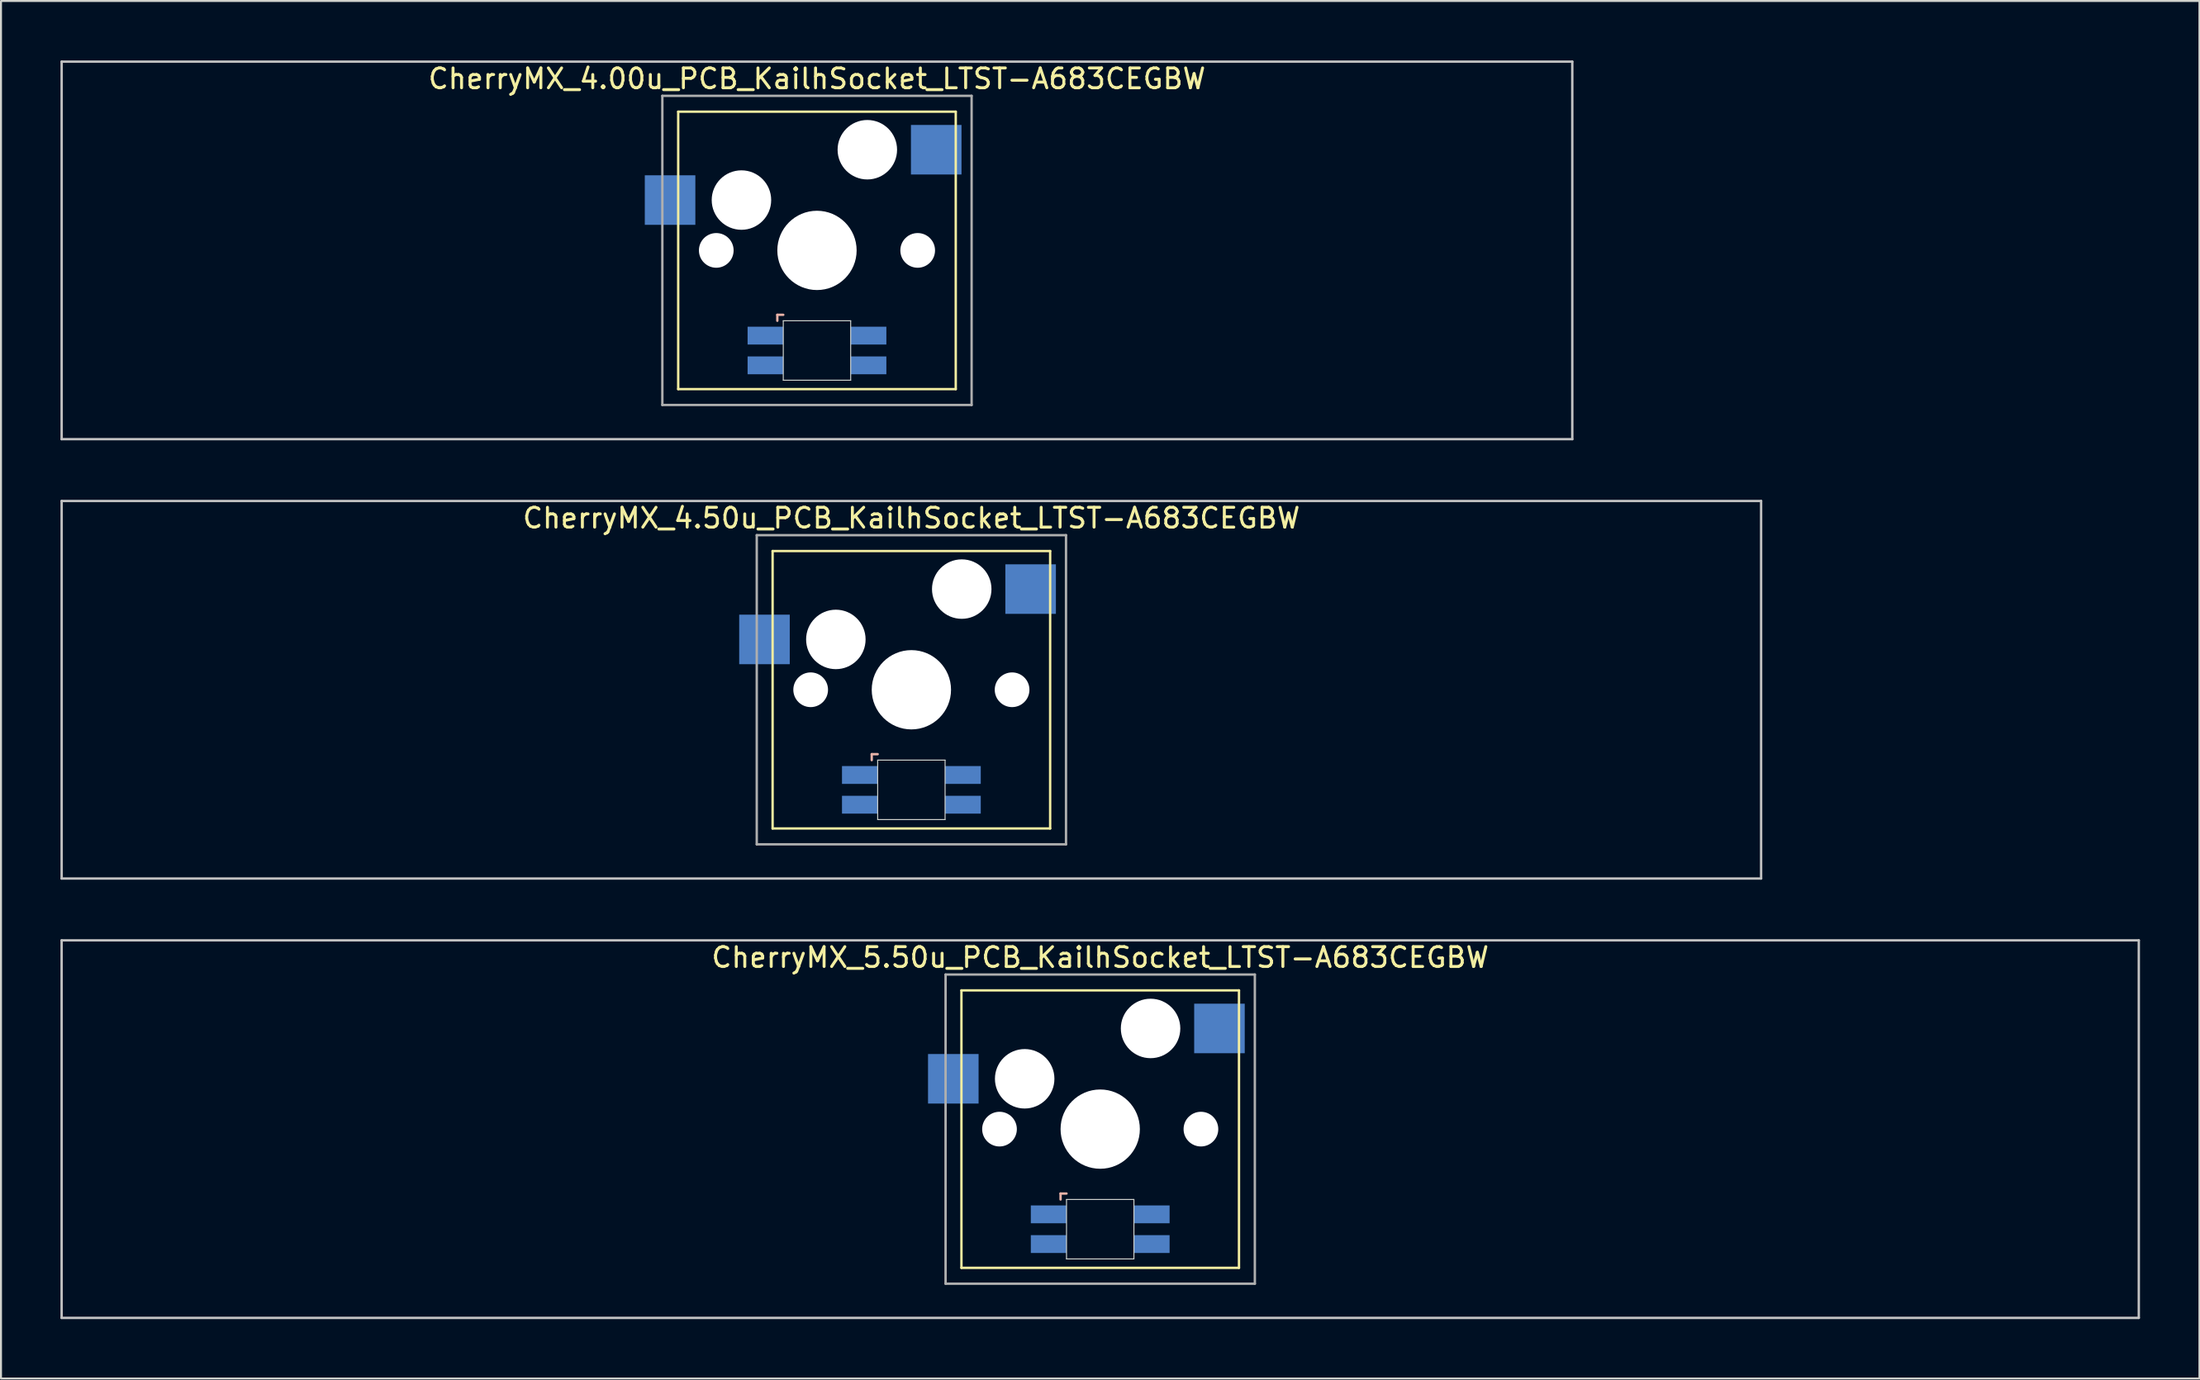
<source format=kicad_pcb>
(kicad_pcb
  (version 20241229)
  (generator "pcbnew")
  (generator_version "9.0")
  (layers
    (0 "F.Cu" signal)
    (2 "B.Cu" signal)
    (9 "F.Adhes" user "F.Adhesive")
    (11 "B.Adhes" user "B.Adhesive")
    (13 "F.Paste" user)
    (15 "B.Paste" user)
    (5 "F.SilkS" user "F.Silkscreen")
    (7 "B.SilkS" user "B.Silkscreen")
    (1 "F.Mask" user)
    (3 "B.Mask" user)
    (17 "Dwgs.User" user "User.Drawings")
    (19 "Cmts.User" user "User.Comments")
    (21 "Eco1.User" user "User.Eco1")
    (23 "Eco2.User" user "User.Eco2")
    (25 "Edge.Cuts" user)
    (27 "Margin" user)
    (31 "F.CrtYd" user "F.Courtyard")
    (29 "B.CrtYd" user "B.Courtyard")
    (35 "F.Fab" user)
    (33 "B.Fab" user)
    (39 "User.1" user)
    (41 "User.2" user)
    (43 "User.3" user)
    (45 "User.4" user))
  (footprint "CherryMX_4.00u_PCB_KailhSocket_LTST-A683CEGBW"
    (layer "F.Cu")
    (at 38.16 9.585)
    (property "Reference" "CherryMX_4.00u_PCB_KailhSocket_LTST-A683CEGBW" (at 0 -8.662 0) (layer "F.SilkS") (effects (font (size 1 1) (thickness 0.15))))
    (attr through_hole)
    (fp_line (start -7 -7) (end -7 7) (stroke (width 0.12) (type solid)) (layer "F.SilkS"))
    (fp_line (start -7 -7) (end 7 -7) (stroke (width 0.12) (type solid)) (layer "F.SilkS"))
    (fp_line (start 7 -7) (end 7 7) (stroke (width 0.12) (type solid)) (layer "F.SilkS"))
    (fp_line (start 7 7) (end -7 7) (stroke (width 0.12) (type solid)) (layer "F.SilkS"))
    (fp_line (start -2 3.25) (end -2 3.55) (stroke (width 0.12) (type solid)) (layer "B.SilkS"))
    (fp_line (start -1.7 3.25) (end -2 3.25) (stroke (width 0.12) (type solid)) (layer "B.SilkS"))
    (fp_line (start -38.1 -9.525) (end 38.1 -9.525) (stroke (width 0.12) (type solid)) (layer "Dwgs.User"))
    (fp_line (start -38.1 9.525) (end -38.1 -9.525) (stroke (width 0.12) (type solid)) (layer "Dwgs.User"))
    (fp_line (start 38.1 -9.525) (end 38.1 9.525) (stroke (width 0.12) (type solid)) (layer "Dwgs.User"))
    (fp_line (start 38.1 9.525) (end -38.1 9.525) (stroke (width 0.12) (type solid)) (layer "Dwgs.User"))
    (fp_line (start -1.7 3.55) (end 1.7 3.55) (stroke (width 0.05) (type solid)) (layer "Edge.Cuts"))
    (fp_line (start -1.7 6.55) (end -1.7 3.55) (stroke (width 0.05) (type solid)) (layer "Edge.Cuts"))
    (fp_line (start 1.7 3.55) (end 1.7 6.55) (stroke (width 0.05) (type solid)) (layer "Edge.Cuts"))
    (fp_line (start 1.7 6.55) (end -1.7 6.55) (stroke (width 0.05) (type solid)) (layer "Edge.Cuts"))
    (fp_line (start -7.8 -7.8) (end -7.8 7.8) (stroke (width 0.12) (type solid)) (layer "F.Fab"))
    (fp_line (start -7.8 -7.8) (end 7.8 -7.8) (stroke (width 0.12) (type solid)) (layer "F.Fab"))
    (fp_line (start -7.8 7.8) (end 7.8 7.8) (stroke (width 0.12) (type solid)) (layer "F.Fab"))
    (fp_line (start 7.8 -7.8) (end 7.8 7.8) (stroke (width 0.12) (type solid)) (layer "F.Fab"))
    (pad "" np_thru_hole circle (at -5.08 0) (size 1.75 1.75) (drill 1.75) (layers "*.Cu" "*.Mask"))
    (pad "" np_thru_hole circle (at -3.81 -2.54) (size 3 3) (drill 3) (layers "*.Cu" "*.Mask"))
    (pad "" np_thru_hole circle (at 0 0) (size 4 4) (drill 4) (layers "*.Cu" "*.Mask"))
    (pad "" np_thru_hole circle (at 2.54 -5.08) (size 3 3) (drill 3) (layers "*.Cu" "*.Mask"))
    (pad "" np_thru_hole circle (at 5.08 0) (size 1.75 1.75) (drill 1.75) (layers "*.Cu" "*.Mask"))
    (pad "1" smd rect (at -7.41 -2.54) (size 2.55 2.5) (layers "B.Cu" "B.Mask" "B.Paste"))
    (pad "2" smd rect (at 6.015 -5.08) (size 2.55 2.5) (layers "B.Cu" "B.Mask" "B.Paste"))
    (pad "3" smd rect (at -2.6 4.3) (size 1.8 0.9) (layers "B.Cu" "B.Mask" "B.Paste"))
    (pad "4" smd rect (at -2.6 5.8) (size 1.8 0.9) (layers "B.Cu" "B.Mask" "B.Paste"))
    (pad "5" smd rect (at 2.6 4.3) (size 1.8 0.9) (layers "B.Cu" "B.Mask" "B.Paste"))
    (pad "6" smd rect (at 2.6 5.8) (size 1.8 0.9) (layers "B.Cu" "B.Mask" "B.Paste")))
  (footprint "CherryMX_4.50u_PCB_KailhSocket_LTST-A683CEGBW"
    (layer "F.Cu")
    (at 42.922 31.755)
    (property "Reference" "CherryMX_4.50u_PCB_KailhSocket_LTST-A683CEGBW" (at 0 -8.662 0) (layer "F.SilkS") (effects (font (size 1 1) (thickness 0.15))))
    (attr through_hole)
    (fp_line (start -7 -7) (end -7 7) (stroke (width 0.12) (type solid)) (layer "F.SilkS"))
    (fp_line (start -7 -7) (end 7 -7) (stroke (width 0.12) (type solid)) (layer "F.SilkS"))
    (fp_line (start 7 -7) (end 7 7) (stroke (width 0.12) (type solid)) (layer "F.SilkS"))
    (fp_line (start 7 7) (end -7 7) (stroke (width 0.12) (type solid)) (layer "F.SilkS"))
    (fp_line (start -2 3.25) (end -2 3.55) (stroke (width 0.12) (type solid)) (layer "B.SilkS"))
    (fp_line (start -1.7 3.25) (end -2 3.25) (stroke (width 0.12) (type solid)) (layer "B.SilkS"))
    (fp_line (start -42.862 -9.525) (end 42.862 -9.525) (stroke (width 0.12) (type solid)) (layer "Dwgs.User"))
    (fp_line (start -42.862 9.525) (end -42.862 -9.525) (stroke (width 0.12) (type solid)) (layer "Dwgs.User"))
    (fp_line (start 42.862 -9.525) (end 42.862 9.525) (stroke (width 0.12) (type solid)) (layer "Dwgs.User"))
    (fp_line (start 42.862 9.525) (end -42.862 9.525) (stroke (width 0.12) (type solid)) (layer "Dwgs.User"))
    (fp_line (start -1.7 3.55) (end 1.7 3.55) (stroke (width 0.05) (type solid)) (layer "Edge.Cuts"))
    (fp_line (start -1.7 6.55) (end -1.7 3.55) (stroke (width 0.05) (type solid)) (layer "Edge.Cuts"))
    (fp_line (start 1.7 3.55) (end 1.7 6.55) (stroke (width 0.05) (type solid)) (layer "Edge.Cuts"))
    (fp_line (start 1.7 6.55) (end -1.7 6.55) (stroke (width 0.05) (type solid)) (layer "Edge.Cuts"))
    (fp_line (start -7.8 -7.8) (end -7.8 7.8) (stroke (width 0.12) (type solid)) (layer "F.Fab"))
    (fp_line (start -7.8 -7.8) (end 7.8 -7.8) (stroke (width 0.12) (type solid)) (layer "F.Fab"))
    (fp_line (start -7.8 7.8) (end 7.8 7.8) (stroke (width 0.12) (type solid)) (layer "F.Fab"))
    (fp_line (start 7.8 -7.8) (end 7.8 7.8) (stroke (width 0.12) (type solid)) (layer "F.Fab"))
    (pad "" np_thru_hole circle (at -5.08 0) (size 1.75 1.75) (drill 1.75) (layers "*.Cu" "*.Mask"))
    (pad "" np_thru_hole circle (at -3.81 -2.54) (size 3 3) (drill 3) (layers "*.Cu" "*.Mask"))
    (pad "" np_thru_hole circle (at 0 0) (size 4 4) (drill 4) (layers "*.Cu" "*.Mask"))
    (pad "" np_thru_hole circle (at 2.54 -5.08) (size 3 3) (drill 3) (layers "*.Cu" "*.Mask"))
    (pad "" np_thru_hole circle (at 5.08 0) (size 1.75 1.75) (drill 1.75) (layers "*.Cu" "*.Mask"))
    (pad "1" smd rect (at -7.41 -2.54) (size 2.55 2.5) (layers "B.Cu" "B.Mask" "B.Paste"))
    (pad "2" smd rect (at 6.015 -5.08) (size 2.55 2.5) (layers "B.Cu" "B.Mask" "B.Paste"))
    (pad "3" smd rect (at -2.6 4.3) (size 1.8 0.9) (layers "B.Cu" "B.Mask" "B.Paste"))
    (pad "4" smd rect (at -2.6 5.8) (size 1.8 0.9) (layers "B.Cu" "B.Mask" "B.Paste"))
    (pad "5" smd rect (at 2.6 4.3) (size 1.8 0.9) (layers "B.Cu" "B.Mask" "B.Paste"))
    (pad "6" smd rect (at 2.6 5.8) (size 1.8 0.9) (layers "B.Cu" "B.Mask" "B.Paste")))
  (footprint "CherryMX_5.50u_PCB_KailhSocket_LTST-A683CEGBW"
    (layer "F.Cu")
    (at 52.447 53.925)
    (property "Reference" "CherryMX_5.50u_PCB_KailhSocket_LTST-A683CEGBW" (at 0 -8.662 0) (layer "F.SilkS") (effects (font (size 1 1) (thickness 0.15))))
    (attr through_hole)
    (fp_line (start -7 -7) (end -7 7) (stroke (width 0.12) (type solid)) (layer "F.SilkS"))
    (fp_line (start -7 -7) (end 7 -7) (stroke (width 0.12) (type solid)) (layer "F.SilkS"))
    (fp_line (start 7 -7) (end 7 7) (stroke (width 0.12) (type solid)) (layer "F.SilkS"))
    (fp_line (start 7 7) (end -7 7) (stroke (width 0.12) (type solid)) (layer "F.SilkS"))
    (fp_line (start -2 3.25) (end -2 3.55) (stroke (width 0.12) (type solid)) (layer "B.SilkS"))
    (fp_line (start -1.7 3.25) (end -2 3.25) (stroke (width 0.12) (type solid)) (layer "B.SilkS"))
    (fp_line (start -52.388 -9.525) (end 52.388 -9.525) (stroke (width 0.12) (type solid)) (layer "Dwgs.User"))
    (fp_line (start -52.388 9.525) (end -52.388 -9.525) (stroke (width 0.12) (type solid)) (layer "Dwgs.User"))
    (fp_line (start 52.388 -9.525) (end 52.388 9.525) (stroke (width 0.12) (type solid)) (layer "Dwgs.User"))
    (fp_line (start 52.388 9.525) (end -52.388 9.525) (stroke (width 0.12) (type solid)) (layer "Dwgs.User"))
    (fp_line (start -1.7 3.55) (end 1.7 3.55) (stroke (width 0.05) (type solid)) (layer "Edge.Cuts"))
    (fp_line (start -1.7 6.55) (end -1.7 3.55) (stroke (width 0.05) (type solid)) (layer "Edge.Cuts"))
    (fp_line (start 1.7 3.55) (end 1.7 6.55) (stroke (width 0.05) (type solid)) (layer "Edge.Cuts"))
    (fp_line (start 1.7 6.55) (end -1.7 6.55) (stroke (width 0.05) (type solid)) (layer "Edge.Cuts"))
    (fp_line (start -7.8 -7.8) (end -7.8 7.8) (stroke (width 0.12) (type solid)) (layer "F.Fab"))
    (fp_line (start -7.8 -7.8) (end 7.8 -7.8) (stroke (width 0.12) (type solid)) (layer "F.Fab"))
    (fp_line (start -7.8 7.8) (end 7.8 7.8) (stroke (width 0.12) (type solid)) (layer "F.Fab"))
    (fp_line (start 7.8 -7.8) (end 7.8 7.8) (stroke (width 0.12) (type solid)) (layer "F.Fab"))
    (pad "" np_thru_hole circle (at -5.08 0) (size 1.75 1.75) (drill 1.75) (layers "*.Cu" "*.Mask"))
    (pad "" np_thru_hole circle (at -3.81 -2.54) (size 3 3) (drill 3) (layers "*.Cu" "*.Mask"))
    (pad "" np_thru_hole circle (at 0 0) (size 4 4) (drill 4) (layers "*.Cu" "*.Mask"))
    (pad "" np_thru_hole circle (at 2.54 -5.08) (size 3 3) (drill 3) (layers "*.Cu" "*.Mask"))
    (pad "" np_thru_hole circle (at 5.08 0) (size 1.75 1.75) (drill 1.75) (layers "*.Cu" "*.Mask"))
    (pad "1" smd rect (at -7.41 -2.54) (size 2.55 2.5) (layers "B.Cu" "B.Mask" "B.Paste"))
    (pad "2" smd rect (at 6.015 -5.08) (size 2.55 2.5) (layers "B.Cu" "B.Mask" "B.Paste"))
    (pad "3" smd rect (at -2.6 4.3) (size 1.8 0.9) (layers "B.Cu" "B.Mask" "B.Paste"))
    (pad "4" smd rect (at -2.6 5.8) (size 1.8 0.9) (layers "B.Cu" "B.Mask" "B.Paste"))
    (pad "5" smd rect (at 2.6 4.3) (size 1.8 0.9) (layers "B.Cu" "B.Mask" "B.Paste"))
    (pad "6" smd rect (at 2.6 5.8) (size 1.8 0.9) (layers "B.Cu" "B.Mask" "B.Paste")))
  (gr_rect
    (start -3 -3)
    (end 107.895 66.51)
    (stroke (width 0.1) (type default))
    (fill no)
    (layer "Edge.Cuts")))
</source>
